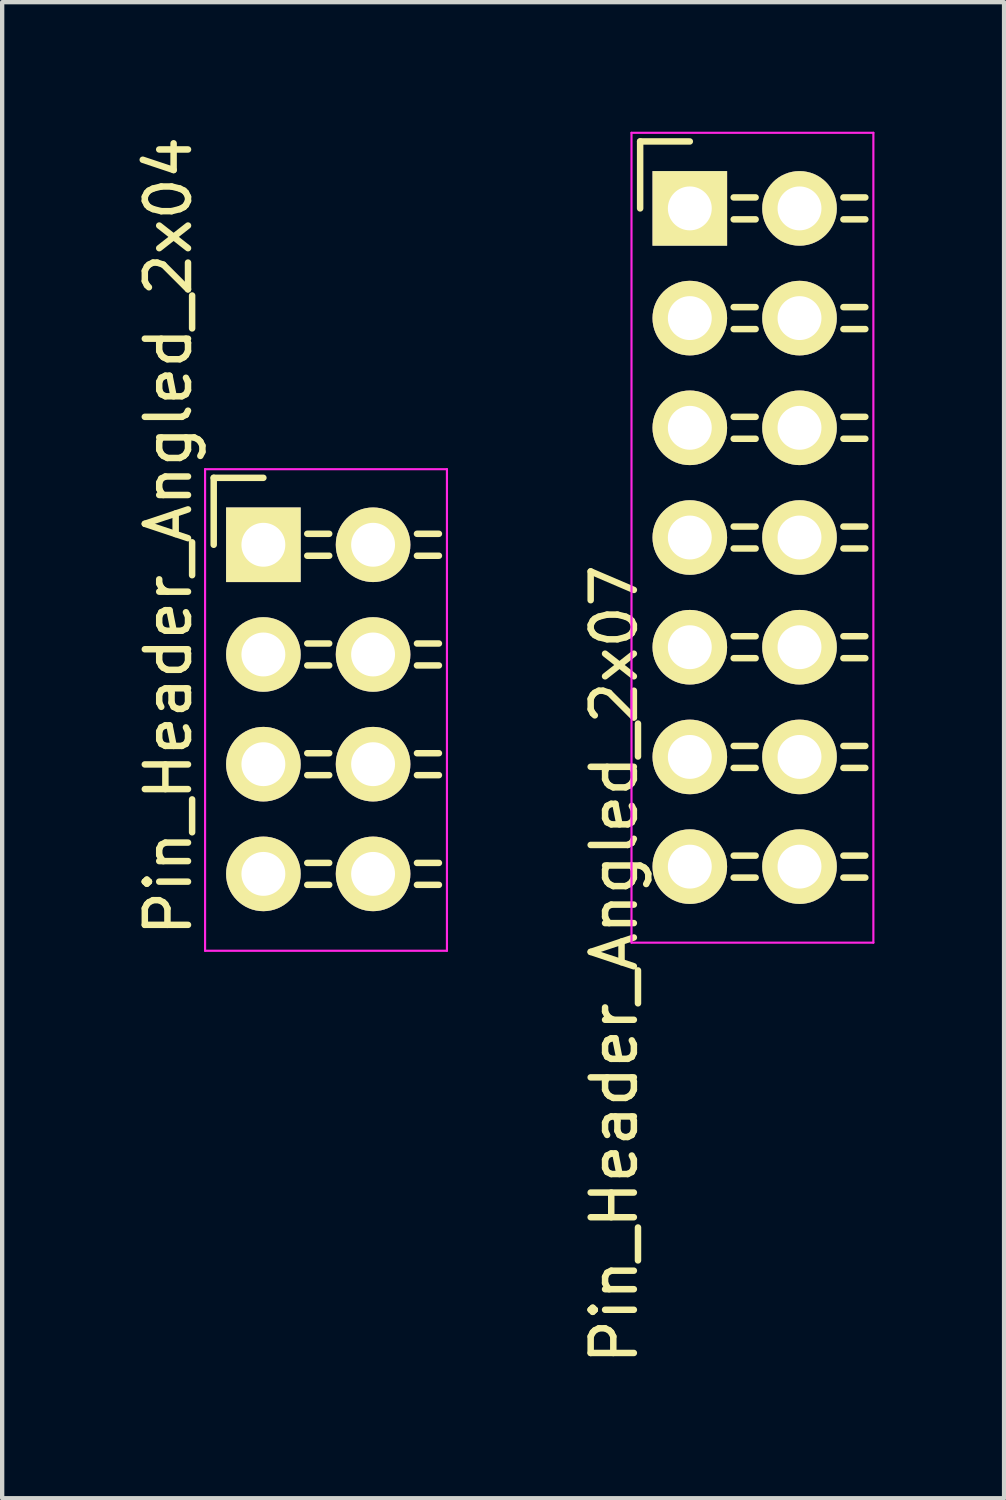
<source format=kicad_pcb>
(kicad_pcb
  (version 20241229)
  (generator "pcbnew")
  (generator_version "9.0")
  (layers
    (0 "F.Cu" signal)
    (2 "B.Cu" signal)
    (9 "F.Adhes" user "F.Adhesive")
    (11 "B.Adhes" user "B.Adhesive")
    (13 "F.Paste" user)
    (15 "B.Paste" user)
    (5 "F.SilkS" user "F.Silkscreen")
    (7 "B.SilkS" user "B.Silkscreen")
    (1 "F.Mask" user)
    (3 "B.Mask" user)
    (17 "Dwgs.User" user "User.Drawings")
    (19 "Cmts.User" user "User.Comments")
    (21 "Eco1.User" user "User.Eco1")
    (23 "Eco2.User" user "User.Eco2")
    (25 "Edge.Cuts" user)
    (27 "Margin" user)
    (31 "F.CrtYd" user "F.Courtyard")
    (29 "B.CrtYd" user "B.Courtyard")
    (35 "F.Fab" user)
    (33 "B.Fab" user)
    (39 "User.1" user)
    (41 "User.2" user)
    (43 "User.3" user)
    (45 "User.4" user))
  (footprint "Pin_Header_Angled_2x04"
    (layer "F.Cu")
    (at 3.048 9.563)
    (property "Reference" "Pin_Header_Angled_2x04" (at -2.2 -0.2 90) (layer "F.SilkS") (effects (font (size 1 1) (thickness 0.15))))
    (attr through_hole)
    (fp_line (start -1.15 -1.55) (end -1.15 0) (stroke (width 0.15) (type solid)) (layer "F.SilkS"))
    (fp_line (start 0 -1.55) (end -1.15 -1.55) (stroke (width 0.15) (type solid)) (layer "F.SilkS"))
    (fp_line (start 1.524 -0.254) (end 1.016 -0.254) (stroke (width 0.15) (type solid)) (layer "F.SilkS"))
    (fp_line (start 1.524 0.254) (end 1.016 0.254) (stroke (width 0.15) (type solid)) (layer "F.SilkS"))
    (fp_line (start 1.524 2.286) (end 1.016 2.286) (stroke (width 0.15) (type solid)) (layer "F.SilkS"))
    (fp_line (start 1.524 2.794) (end 1.016 2.794) (stroke (width 0.15) (type solid)) (layer "F.SilkS"))
    (fp_line (start 1.524 4.826) (end 1.016 4.826) (stroke (width 0.15) (type solid)) (layer "F.SilkS"))
    (fp_line (start 1.524 5.334) (end 1.016 5.334) (stroke (width 0.15) (type solid)) (layer "F.SilkS"))
    (fp_line (start 1.524 7.366) (end 1.016 7.366) (stroke (width 0.15) (type solid)) (layer "F.SilkS"))
    (fp_line (start 1.524 7.874) (end 1.016 7.874) (stroke (width 0.15) (type solid)) (layer "F.SilkS"))
    (fp_line (start 4.064 -0.254) (end 3.556 -0.254) (stroke (width 0.15) (type solid)) (layer "F.SilkS"))
    (fp_line (start 4.064 0.254) (end 3.556 0.254) (stroke (width 0.15) (type solid)) (layer "F.SilkS"))
    (fp_line (start 4.064 2.286) (end 3.556 2.286) (stroke (width 0.15) (type solid)) (layer "F.SilkS"))
    (fp_line (start 4.064 2.794) (end 3.556 2.794) (stroke (width 0.15) (type solid)) (layer "F.SilkS"))
    (fp_line (start 4.064 4.826) (end 3.556 4.826) (stroke (width 0.15) (type solid)) (layer "F.SilkS"))
    (fp_line (start 4.064 5.334) (end 3.556 5.334) (stroke (width 0.15) (type solid)) (layer "F.SilkS"))
    (fp_line (start 4.064 7.366) (end 3.556 7.366) (stroke (width 0.15) (type solid)) (layer "F.SilkS"))
    (fp_line (start 4.064 7.874) (end 3.556 7.874) (stroke (width 0.15) (type solid)) (layer "F.SilkS"))
    (fp_line (start -1.35 -1.75) (end -1.35 9.4) (stroke (width 0.05) (type solid)) (layer "F.CrtYd"))
    (fp_line (start 4.25 -1.75) (end -1.35 -1.75) (stroke (width 0.05) (type solid)) (layer "F.CrtYd"))
    (fp_line (start 4.25 9.4) (end -1.35 9.4) (stroke (width 0.05) (type solid)) (layer "F.CrtYd"))
    (fp_line (start 4.25 9.4) (end 4.25 -1.75) (stroke (width 0.05) (type solid)) (layer "F.CrtYd"))
    (pad "1" thru_hole rect (at 0 0) (size 1.727 1.727) (drill 1.016) (layers "*.Cu" "*.Mask" "F.SilkS"))
    (pad "2" thru_hole oval (at 2.54 0) (size 1.727 1.727) (drill 1.016) (layers "*.Cu" "*.Mask" "F.SilkS"))
    (pad "3" thru_hole oval (at 0 2.54) (size 1.727 1.727) (drill 1.016) (layers "*.Cu" "*.Mask" "F.SilkS"))
    (pad "4" thru_hole oval (at 2.54 2.54) (size 1.727 1.727) (drill 1.016) (layers "*.Cu" "*.Mask" "F.SilkS"))
    (pad "5" thru_hole oval (at 0 5.08) (size 1.727 1.727) (drill 1.016) (layers "*.Cu" "*.Mask" "F.SilkS"))
    (pad "6" thru_hole oval (at 2.54 5.08) (size 1.727 1.727) (drill 1.016) (layers "*.Cu" "*.Mask" "F.SilkS"))
    (pad "7" thru_hole oval (at 0 7.62) (size 1.727 1.727) (drill 1.016) (layers "*.Cu" "*.Mask" "F.SilkS"))
    (pad "8" thru_hole oval (at 2.54 7.62) (size 1.727 1.727) (drill 1.016) (layers "*.Cu" "*.Mask" "F.SilkS")))
  (footprint "Pin_Header_Angled_2x07"
    (layer "F.Cu")
    (at 12.921 1.775)
    (property "Reference" "Pin_Header_Angled_2x07" (at -1.75 17.5 90) (layer "F.SilkS") (effects (font (size 1 1) (thickness 0.15))))
    (attr through_hole)
    (fp_line (start -1.15 -1.55) (end -1.15 0) (stroke (width 0.15) (type solid)) (layer "F.SilkS"))
    (fp_line (start 0 -1.55) (end -1.15 -1.55) (stroke (width 0.15) (type solid)) (layer "F.SilkS"))
    (fp_line (start 1.524 -0.254) (end 1.016 -0.254) (stroke (width 0.15) (type solid)) (layer "F.SilkS"))
    (fp_line (start 1.524 0.254) (end 1.016 0.254) (stroke (width 0.15) (type solid)) (layer "F.SilkS"))
    (fp_line (start 1.524 2.286) (end 1.016 2.286) (stroke (width 0.15) (type solid)) (layer "F.SilkS"))
    (fp_line (start 1.524 2.794) (end 1.016 2.794) (stroke (width 0.15) (type solid)) (layer "F.SilkS"))
    (fp_line (start 1.524 4.826) (end 1.016 4.826) (stroke (width 0.15) (type solid)) (layer "F.SilkS"))
    (fp_line (start 1.524 5.334) (end 1.016 5.334) (stroke (width 0.15) (type solid)) (layer "F.SilkS"))
    (fp_line (start 1.524 7.366) (end 1.016 7.366) (stroke (width 0.15) (type solid)) (layer "F.SilkS"))
    (fp_line (start 1.524 7.874) (end 1.016 7.874) (stroke (width 0.15) (type solid)) (layer "F.SilkS"))
    (fp_line (start 1.524 9.906) (end 1.016 9.906) (stroke (width 0.15) (type solid)) (layer "F.SilkS"))
    (fp_line (start 1.524 10.414) (end 1.016 10.414) (stroke (width 0.15) (type solid)) (layer "F.SilkS"))
    (fp_line (start 1.524 12.446) (end 1.016 12.446) (stroke (width 0.15) (type solid)) (layer "F.SilkS"))
    (fp_line (start 1.524 12.954) (end 1.016 12.954) (stroke (width 0.15) (type solid)) (layer "F.SilkS"))
    (fp_line (start 1.524 14.986) (end 1.016 14.986) (stroke (width 0.15) (type solid)) (layer "F.SilkS"))
    (fp_line (start 1.524 15.494) (end 1.016 15.494) (stroke (width 0.15) (type solid)) (layer "F.SilkS"))
    (fp_line (start 4.064 -0.254) (end 3.556 -0.254) (stroke (width 0.15) (type solid)) (layer "F.SilkS"))
    (fp_line (start 4.064 0.254) (end 3.556 0.254) (stroke (width 0.15) (type solid)) (layer "F.SilkS"))
    (fp_line (start 4.064 2.286) (end 3.556 2.286) (stroke (width 0.15) (type solid)) (layer "F.SilkS"))
    (fp_line (start 4.064 2.794) (end 3.556 2.794) (stroke (width 0.15) (type solid)) (layer "F.SilkS"))
    (fp_line (start 4.064 4.826) (end 3.556 4.826) (stroke (width 0.15) (type solid)) (layer "F.SilkS"))
    (fp_line (start 4.064 5.334) (end 3.556 5.334) (stroke (width 0.15) (type solid)) (layer "F.SilkS"))
    (fp_line (start 4.064 7.366) (end 3.556 7.366) (stroke (width 0.15) (type solid)) (layer "F.SilkS"))
    (fp_line (start 4.064 7.874) (end 3.556 7.874) (stroke (width 0.15) (type solid)) (layer "F.SilkS"))
    (fp_line (start 4.064 9.906) (end 3.556 9.906) (stroke (width 0.15) (type solid)) (layer "F.SilkS"))
    (fp_line (start 4.064 10.414) (end 3.556 10.414) (stroke (width 0.15) (type solid)) (layer "F.SilkS"))
    (fp_line (start 4.064 12.446) (end 3.556 12.446) (stroke (width 0.15) (type solid)) (layer "F.SilkS"))
    (fp_line (start 4.064 12.954) (end 3.556 12.954) (stroke (width 0.15) (type solid)) (layer "F.SilkS"))
    (fp_line (start 4.064 14.986) (end 3.556 14.986) (stroke (width 0.15) (type solid)) (layer "F.SilkS"))
    (fp_line (start 4.064 15.494) (end 3.556 15.494) (stroke (width 0.15) (type solid)) (layer "F.SilkS"))
    (fp_line (start -1.35 -1.75) (end -1.35 17) (stroke (width 0.05) (type solid)) (layer "F.CrtYd"))
    (fp_line (start -1.35 17) (end 4.25 17) (stroke (width 0.05) (type solid)) (layer "F.CrtYd"))
    (fp_line (start 4.25 -1.75) (end -1.35 -1.75) (stroke (width 0.05) (type solid)) (layer "F.CrtYd"))
    (fp_line (start 4.25 17) (end 4.25 -1.75) (stroke (width 0.05) (type solid)) (layer "F.CrtYd"))
    (pad "1" thru_hole rect (at 0 0) (size 1.727 1.727) (drill 1.016) (layers "*.Cu" "*.Mask" "F.SilkS"))
    (pad "2" thru_hole oval (at 2.54 0) (size 1.727 1.727) (drill 1.016) (layers "*.Cu" "*.Mask" "F.SilkS"))
    (pad "3" thru_hole oval (at 0 2.54) (size 1.727 1.727) (drill 1.016) (layers "*.Cu" "*.Mask" "F.SilkS"))
    (pad "4" thru_hole oval (at 2.54 2.54) (size 1.727 1.727) (drill 1.016) (layers "*.Cu" "*.Mask" "F.SilkS"))
    (pad "5" thru_hole oval (at 0 5.08) (size 1.727 1.727) (drill 1.016) (layers "*.Cu" "*.Mask" "F.SilkS"))
    (pad "6" thru_hole oval (at 2.54 5.08) (size 1.727 1.727) (drill 1.016) (layers "*.Cu" "*.Mask" "F.SilkS"))
    (pad "7" thru_hole oval (at 0 7.62) (size 1.727 1.727) (drill 1.016) (layers "*.Cu" "*.Mask" "F.SilkS"))
    (pad "8" thru_hole oval (at 2.54 7.62) (size 1.727 1.727) (drill 1.016) (layers "*.Cu" "*.Mask" "F.SilkS"))
    (pad "9" thru_hole oval (at 0 10.16) (size 1.727 1.727) (drill 1.016) (layers "*.Cu" "*.Mask" "F.SilkS"))
    (pad "10" thru_hole oval (at 2.54 10.16) (size 1.727 1.727) (drill 1.016) (layers "*.Cu" "*.Mask" "F.SilkS"))
    (pad "11" thru_hole oval (at 0 12.7) (size 1.727 1.727) (drill 1.016) (layers "*.Cu" "*.Mask" "F.SilkS"))
    (pad "12" thru_hole oval (at 2.54 12.7) (size 1.727 1.727) (drill 1.016) (layers "*.Cu" "*.Mask" "F.SilkS"))
    (pad "13" thru_hole oval (at 0 15.24) (size 1.727 1.727) (drill 1.016) (layers "*.Cu" "*.Mask" "F.SilkS"))
    (pad "14" thru_hole oval (at 2.54 15.24) (size 1.727 1.727) (drill 1.016) (layers "*.Cu" "*.Mask" "F.SilkS")))
  (gr_rect
    (start -3 -3)
    (end 20.197 31.638)
    (stroke (width 0.1) (type default))
    (fill no)
    (layer "Edge.Cuts")))
</source>
